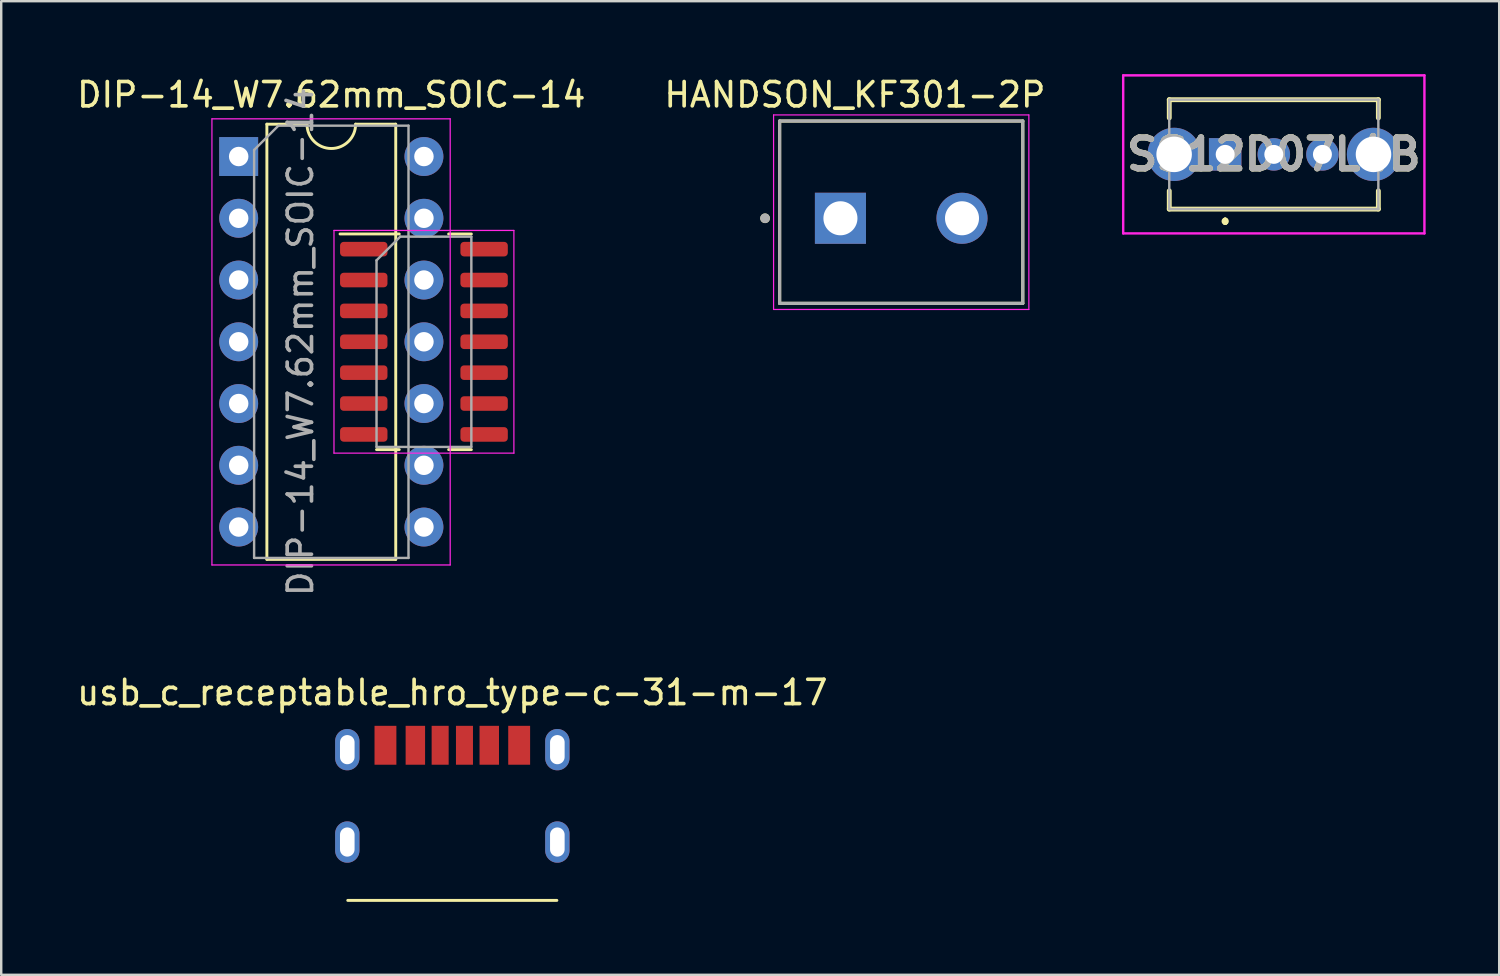
<source format=kicad_pcb>
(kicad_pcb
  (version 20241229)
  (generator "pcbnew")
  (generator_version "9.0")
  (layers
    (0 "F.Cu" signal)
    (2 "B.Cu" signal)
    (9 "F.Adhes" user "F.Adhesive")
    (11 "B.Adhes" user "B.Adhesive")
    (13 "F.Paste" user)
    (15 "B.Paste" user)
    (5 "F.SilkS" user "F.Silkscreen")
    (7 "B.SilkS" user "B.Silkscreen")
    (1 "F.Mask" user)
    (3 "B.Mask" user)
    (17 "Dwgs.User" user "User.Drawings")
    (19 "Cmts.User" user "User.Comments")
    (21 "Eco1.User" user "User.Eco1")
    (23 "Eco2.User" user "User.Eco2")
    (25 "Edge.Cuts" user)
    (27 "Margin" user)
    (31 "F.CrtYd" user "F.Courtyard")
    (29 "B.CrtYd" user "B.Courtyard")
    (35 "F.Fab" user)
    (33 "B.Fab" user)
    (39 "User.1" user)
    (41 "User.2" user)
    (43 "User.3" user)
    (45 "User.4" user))
  (footprint "HANDSON_KF301-2P"
    (layer "F.Cu")
    (at 34.018 5.928)
    (property "Reference" "HANDSON_KF301-2P" (at -1.905 -5.08 0) (layer "F.SilkS") (effects (font (size 1 1) (thickness 0.15))))
    (attr through_hole)
    (fp_line (start -5 -4) (end 5 -4) (stroke (width 0.127) (type solid)) (layer "F.SilkS"))
    (fp_line (start -5 3.5) (end -5 -4) (stroke (width 0.127) (type solid)) (layer "F.SilkS"))
    (fp_line (start 5 -4) (end 5 3.5) (stroke (width 0.127) (type solid)) (layer "F.SilkS"))
    (fp_line (start 5 3.5) (end -5 3.5) (stroke (width 0.127) (type solid)) (layer "F.SilkS"))
    (fp_circle (center -5.6 0) (end -5.5 0) (stroke (width 0.2) (type solid)) (fill no) (layer "F.SilkS"))
    (fp_line (start -5.25 -4.25) (end 5.25 -4.25) (stroke (width 0.05) (type solid)) (layer "F.CrtYd"))
    (fp_line (start -5.25 3.75) (end -5.25 -4.25) (stroke (width 0.05) (type solid)) (layer "F.CrtYd"))
    (fp_line (start 5.25 -4.25) (end 5.25 3.75) (stroke (width 0.05) (type solid)) (layer "F.CrtYd"))
    (fp_line (start 5.25 3.75) (end -5.25 3.75) (stroke (width 0.05) (type solid)) (layer "F.CrtYd"))
    (fp_line (start -5 -4) (end 5 -4) (stroke (width 0.127) (type solid)) (layer "F.Fab"))
    (fp_line (start -5 3.5) (end -5 -4) (stroke (width 0.127) (type solid)) (layer "F.Fab"))
    (fp_line (start 5 -4) (end 5 3.5) (stroke (width 0.127) (type solid)) (layer "F.Fab"))
    (fp_line (start 5 3.5) (end -5 3.5) (stroke (width 0.127) (type solid)) (layer "F.Fab"))
    (fp_circle (center -5.6 0) (end -5.5 0) (stroke (width 0.2) (type solid)) (fill no) (layer "F.Fab"))
    (pad "1" thru_hole rect (at -2.5 0) (size 2.1 2.1) (drill 1.4) (layers "*.Cu" "*.Mask"))
    (pad "2" thru_hole circle (at 2.5 0) (size 2.1 2.1) (drill 1.4) (layers "*.Cu" "*.Mask")))
  (footprint "DIP-14_W7.62mm_SOIC-14"
    (layer "F.Cu")
    (at 6.767 3.388)
    (property "Reference" "DIP-14_W7.62mm_SOIC-14" (at 3.81 -2.54 0) (layer "F.SilkS") (effects (font (size 1 1) (thickness 0.15))))
    (attr through_hole)
    (fp_line (start 1.16 -1.33) (end 1.16 16.57) (stroke (width 0.12) (type solid)) (layer "F.SilkS"))
    (fp_line (start 1.16 16.57) (end 6.46 16.57) (stroke (width 0.12) (type solid)) (layer "F.SilkS"))
    (fp_line (start 2.81 -1.33) (end 1.16 -1.33) (stroke (width 0.12) (type solid)) (layer "F.SilkS"))
    (fp_line (start 6.46 -1.33) (end 4.81 -1.33) (stroke (width 0.12) (type solid)) (layer "F.SilkS"))
    (fp_line (start 6.46 16.57) (end 6.46 -1.33) (stroke (width 0.12) (type solid)) (layer "F.SilkS"))
    (fp_line (start 6.604 3.185) (end 4.17 3.185) (stroke (width 0.12) (type solid)) (layer "F.SilkS"))
    (fp_line (start 6.604 12.055) (end 5.67 12.055) (stroke (width 0.12) (type solid)) (layer "F.SilkS"))
    (fp_line (start 8.636 3.185) (end 9.57 3.185) (stroke (width 0.12) (type solid)) (layer "F.SilkS"))
    (fp_line (start 8.636 12.055) (end 9.57 12.055) (stroke (width 0.12) (type solid)) (layer "F.SilkS"))
    (fp_arc (start 4.81 -1.33) (mid 3.81 -0.33) (end 2.81 -1.33) (stroke (width 0.12) (type solid)) (layer "F.SilkS"))
    (fp_line (start -1.1 -1.55) (end -1.1 16.8) (stroke (width 0.05) (type solid)) (layer "F.CrtYd"))
    (fp_line (start -1.1 16.8) (end 8.7 16.8) (stroke (width 0.05) (type solid)) (layer "F.CrtYd"))
    (fp_line (start 3.92 3.04) (end 3.92 12.2) (stroke (width 0.05) (type solid)) (layer "F.CrtYd"))
    (fp_line (start 3.92 12.2) (end 11.32 12.2) (stroke (width 0.05) (type solid)) (layer "F.CrtYd"))
    (fp_line (start 8.7 -1.55) (end -1.1 -1.55) (stroke (width 0.05) (type solid)) (layer "F.CrtYd"))
    (fp_line (start 8.7 16.8) (end 8.7 -1.55) (stroke (width 0.05) (type solid)) (layer "F.CrtYd"))
    (fp_line (start 11.32 3.04) (end 3.92 3.04) (stroke (width 0.05) (type solid)) (layer "F.CrtYd"))
    (fp_line (start 11.32 12.2) (end 11.32 3.04) (stroke (width 0.05) (type solid)) (layer "F.CrtYd"))
    (fp_line (start 0.635 -0.27) (end 1.635 -1.27) (stroke (width 0.1) (type solid)) (layer "F.Fab"))
    (fp_line (start 0.635 16.51) (end 0.635 -0.27) (stroke (width 0.1) (type solid)) (layer "F.Fab"))
    (fp_line (start 1.635 -1.27) (end 6.985 -1.27) (stroke (width 0.1) (type solid)) (layer "F.Fab"))
    (fp_line (start 5.67 4.27) (end 6.645 3.295) (stroke (width 0.1) (type solid)) (layer "F.Fab"))
    (fp_line (start 5.67 11.945) (end 5.67 4.27) (stroke (width 0.1) (type solid)) (layer "F.Fab"))
    (fp_line (start 6.645 3.295) (end 9.57 3.295) (stroke (width 0.1) (type solid)) (layer "F.Fab"))
    (fp_line (start 6.985 -1.27) (end 6.985 16.51) (stroke (width 0.1) (type solid)) (layer "F.Fab"))
    (fp_line (start 6.985 16.51) (end 0.635 16.51) (stroke (width 0.1) (type solid)) (layer "F.Fab"))
    (fp_line (start 9.57 3.295) (end 9.57 11.945) (stroke (width 0.1) (type solid)) (layer "F.Fab"))
    (fp_line (start 9.57 11.945) (end 5.67 11.945) (stroke (width 0.1) (type solid)) (layer "F.Fab"))
    (fp_text user "${REFERENCE}" (at 2.54 7.62 90) (layer "F.Fab") (effects (font (size 1 1) (thickness 0.15))))
    (pad "1" thru_hole rect (at 0 0) (size 1.6 1.6) (drill 0.8) (layers "*.Cu" "*.Mask"))
    (pad "1" smd roundrect (at 5.145 3.81) (size 1.95 0.6) (layers "F.Cu" "F.Mask" "F.Paste") (roundrect_rratio 0.25))
    (pad "2" thru_hole oval (at 0 2.54) (size 1.6 1.6) (drill 0.8) (layers "*.Cu" "*.Mask"))
    (pad "2" smd roundrect (at 5.145 5.08) (size 1.95 0.6) (layers "F.Cu" "F.Mask" "F.Paste") (roundrect_rratio 0.25))
    (pad "3" thru_hole oval (at 0 5.08) (size 1.6 1.6) (drill 0.8) (layers "*.Cu" "*.Mask"))
    (pad "3" smd roundrect (at 5.145 6.35) (size 1.95 0.6) (layers "F.Cu" "F.Mask" "F.Paste") (roundrect_rratio 0.25))
    (pad "4" thru_hole oval (at 0 7.62) (size 1.6 1.6) (drill 0.8) (layers "*.Cu" "*.Mask"))
    (pad "4" smd roundrect (at 5.145 7.62) (size 1.95 0.6) (layers "F.Cu" "F.Mask" "F.Paste") (roundrect_rratio 0.25))
    (pad "5" thru_hole oval (at 0 10.16) (size 1.6 1.6) (drill 0.8) (layers "*.Cu" "*.Mask"))
    (pad "5" smd roundrect (at 5.145 8.89) (size 1.95 0.6) (layers "F.Cu" "F.Mask" "F.Paste") (roundrect_rratio 0.25))
    (pad "6" thru_hole oval (at 0 12.7) (size 1.6 1.6) (drill 0.8) (layers "*.Cu" "*.Mask"))
    (pad "6" smd roundrect (at 5.145 10.16) (size 1.95 0.6) (layers "F.Cu" "F.Mask" "F.Paste") (roundrect_rratio 0.25))
    (pad "7" thru_hole oval (at 0 15.24) (size 1.6 1.6) (drill 0.8) (layers "*.Cu" "*.Mask"))
    (pad "7" smd roundrect (at 5.145 11.43) (size 1.95 0.6) (layers "F.Cu" "F.Mask" "F.Paste") (roundrect_rratio 0.25))
    (pad "8" thru_hole oval (at 7.62 15.24) (size 1.6 1.6) (drill 0.8) (layers "*.Cu" "*.Mask"))
    (pad "8" smd roundrect (at 10.095 11.43) (size 1.95 0.6) (layers "F.Cu" "F.Mask" "F.Paste") (roundrect_rratio 0.25))
    (pad "9" thru_hole oval (at 7.62 12.7) (size 1.6 1.6) (drill 0.8) (layers "*.Cu" "*.Mask"))
    (pad "9" smd roundrect (at 10.095 10.16) (size 1.95 0.6) (layers "F.Cu" "F.Mask" "F.Paste") (roundrect_rratio 0.25))
    (pad "10" thru_hole oval (at 7.62 10.16) (size 1.6 1.6) (drill 0.8) (layers "*.Cu" "*.Mask"))
    (pad "10" smd roundrect (at 10.095 8.89) (size 1.95 0.6) (layers "F.Cu" "F.Mask" "F.Paste") (roundrect_rratio 0.25))
    (pad "11" thru_hole oval (at 7.62 7.62) (size 1.6 1.6) (drill 0.8) (layers "*.Cu" "*.Mask"))
    (pad "11" smd roundrect (at 10.095 7.62) (size 1.95 0.6) (layers "F.Cu" "F.Mask" "F.Paste") (roundrect_rratio 0.25))
    (pad "12" thru_hole oval (at 7.62 5.08) (size 1.6 1.6) (drill 0.8) (layers "*.Cu" "*.Mask"))
    (pad "12" smd roundrect (at 10.095 6.35) (size 1.95 0.6) (layers "F.Cu" "F.Mask" "F.Paste") (roundrect_rratio 0.25))
    (pad "13" thru_hole oval (at 7.62 2.54) (size 1.6 1.6) (drill 0.8) (layers "*.Cu" "*.Mask"))
    (pad "13" smd roundrect (at 10.095 5.08) (size 1.95 0.6) (layers "F.Cu" "F.Mask" "F.Paste") (roundrect_rratio 0.25))
    (pad "14" thru_hole oval (at 7.62 0) (size 1.6 1.6) (drill 0.8) (layers "*.Cu" "*.Mask"))
    (pad "14" smd roundrect (at 10.095 3.81) (size 1.95 0.6) (layers "F.Cu" "F.Mask" "F.Paste") (roundrect_rratio 0.25)))
  (footprint "SS12D07L4B"
    (layer "F.Cu")
    (at 47.343 3.3)
    (property "Reference" "SS12D07L4B" (at 2 0 0) (layer "F.SilkS") (effects (font (size 1.27 1.27) (thickness 0.254))))
    (attr through_hole)
    (fp_line (start -2.3 -2.25) (end 6.3 -2.25) (stroke (width 0.2) (type solid)) (layer "F.SilkS"))
    (fp_line (start -2.3 -1.5) (end -2.3 -2.25) (stroke (width 0.2) (type solid)) (layer "F.SilkS"))
    (fp_line (start -2.3 1.5) (end -2.3 2.25) (stroke (width 0.2) (type solid)) (layer "F.SilkS"))
    (fp_line (start -2.3 2.25) (end 6.3 2.25) (stroke (width 0.2) (type solid)) (layer "F.SilkS"))
    (fp_line (start 0 2.7) (end 0 2.7) (stroke (width 0.2) (type solid)) (layer "F.SilkS"))
    (fp_line (start 0 2.7) (end 0 2.8) (stroke (width 0.2) (type solid)) (layer "F.SilkS"))
    (fp_line (start 0 2.8) (end 0 2.8) (stroke (width 0.2) (type solid)) (layer "F.SilkS"))
    (fp_line (start 6.3 -2.25) (end 6.3 -1.5) (stroke (width 0.2) (type solid)) (layer "F.SilkS"))
    (fp_line (start 6.3 2.25) (end 6.3 1.5) (stroke (width 0.2) (type solid)) (layer "F.SilkS"))
    (fp_arc (start 0 2.7) (mid 0.05 2.75) (end 0 2.8) (stroke (width 0.2) (type solid)) (layer "F.SilkS"))
    (fp_arc (start 0 2.8) (mid -0.05 2.75) (end 0 2.7) (stroke (width 0.2) (type solid)) (layer "F.SilkS"))
    (fp_line (start -4.195 -3.25) (end 8.195 -3.25) (stroke (width 0.1) (type solid)) (layer "F.CrtYd"))
    (fp_line (start -4.195 3.25) (end -4.195 -3.25) (stroke (width 0.1) (type solid)) (layer "F.CrtYd"))
    (fp_line (start 8.195 -3.25) (end 8.195 3.25) (stroke (width 0.1) (type solid)) (layer "F.CrtYd"))
    (fp_line (start 8.195 3.25) (end -4.195 3.25) (stroke (width 0.1) (type solid)) (layer "F.CrtYd"))
    (fp_line (start -2.3 -2.25) (end 6.3 -2.25) (stroke (width 0.1) (type solid)) (layer "F.Fab"))
    (fp_line (start -2.3 2.25) (end -2.3 -2.25) (stroke (width 0.1) (type solid)) (layer "F.Fab"))
    (fp_line (start 6.3 -2.25) (end 6.3 2.25) (stroke (width 0.1) (type solid)) (layer "F.Fab"))
    (fp_line (start 6.3 2.25) (end -2.3 2.25) (stroke (width 0.1) (type solid)) (layer "F.Fab"))
    (fp_text user "${REFERENCE}" (at 2 0 0) (layer "F.Fab") (effects (font (size 1.27 1.27) (thickness 0.254))))
    (pad "1" thru_hole rect (at 0 0) (size 1.337 1.337) (drill 0.78) (layers "*.Cu" "*.Mask"))
    (pad "2" thru_hole circle (at 2 0) (size 1.337 1.337) (drill 0.78) (layers "*.Cu" "*.Mask"))
    (pad "3" thru_hole circle (at 4 0) (size 1.337 1.337) (drill 0.78) (layers "*.Cu" "*.Mask"))
    (pad "MH1" thru_hole circle (at -2.1 0) (size 2.19 2.19) (drill 1.46) (layers "*.Cu" "*.Mask"))
    (pad "MH2" thru_hole circle (at 6.1 0) (size 2.19 2.19) (drill 1.46) (layers "*.Cu" "*.Mask")))
  (footprint "usb_c_receptable_hro_type-c-31-m-17"
    (layer "F.Cu")
    (at 15.554 29.684)
    (property "Reference" "usb_c_receptable_hro_type-c-31-m-17" (at 0 -4.25 0) (layer "F.SilkS") (effects (font (size 1 1) (thickness 0.15))))
    (attr through_hole)
    (fp_line (start 4.3 4.3) (end -4.3 4.3) (stroke (width 0.12) (type solid)) (layer "F.SilkS"))
    (pad "0" thru_hole oval (at -4.32 -1.9) (size 1 1.7) (drill oval 0.6 1.2) (layers "*.Cu" "*.Mask"))
    (pad "0" thru_hole oval (at -4.32 1.9) (size 1 1.7) (drill oval 0.6 1.2) (layers "*.Cu" "*.Mask"))
    (pad "0" thru_hole oval (at 4.32 -1.9) (size 1 1.7) (drill oval 0.6 1.2) (layers "*.Cu" "*.Mask"))
    (pad "0" thru_hole oval (at 4.32 1.9) (size 1 1.7) (drill oval 0.6 1.2) (layers "*.Cu" "*.Mask"))
    (pad "A5" smd rect (at -0.5 -2.08) (size 0.7 1.6) (layers "F.Cu" "F.Mask" "F.Paste"))
    (pad "A9" smd rect (at 1.52 -2.08) (size 0.8 1.6) (layers "F.Cu" "F.Mask" "F.Paste"))
    (pad "A12" smd rect (at 2.75 -2.08) (size 0.9 1.6) (layers "F.Cu" "F.Mask" "F.Paste"))
    (pad "B5" smd rect (at 0.5 -2.08) (size 0.7 1.6) (layers "F.Cu" "F.Mask" "F.Paste"))
    (pad "B9" smd rect (at -1.52 -2.08) (size 0.8 1.6) (layers "F.Cu" "F.Mask" "F.Paste"))
    (pad "B12" smd rect (at -2.75 -2.08) (size 0.9 1.6) (layers "F.Cu" "F.Mask" "F.Paste")))
  (gr_rect
    (start -3 -3)
    (end 58.614 37.044)
    (stroke (width 0.1) (type default))
    (fill no)
    (layer "Edge.Cuts")))
</source>
